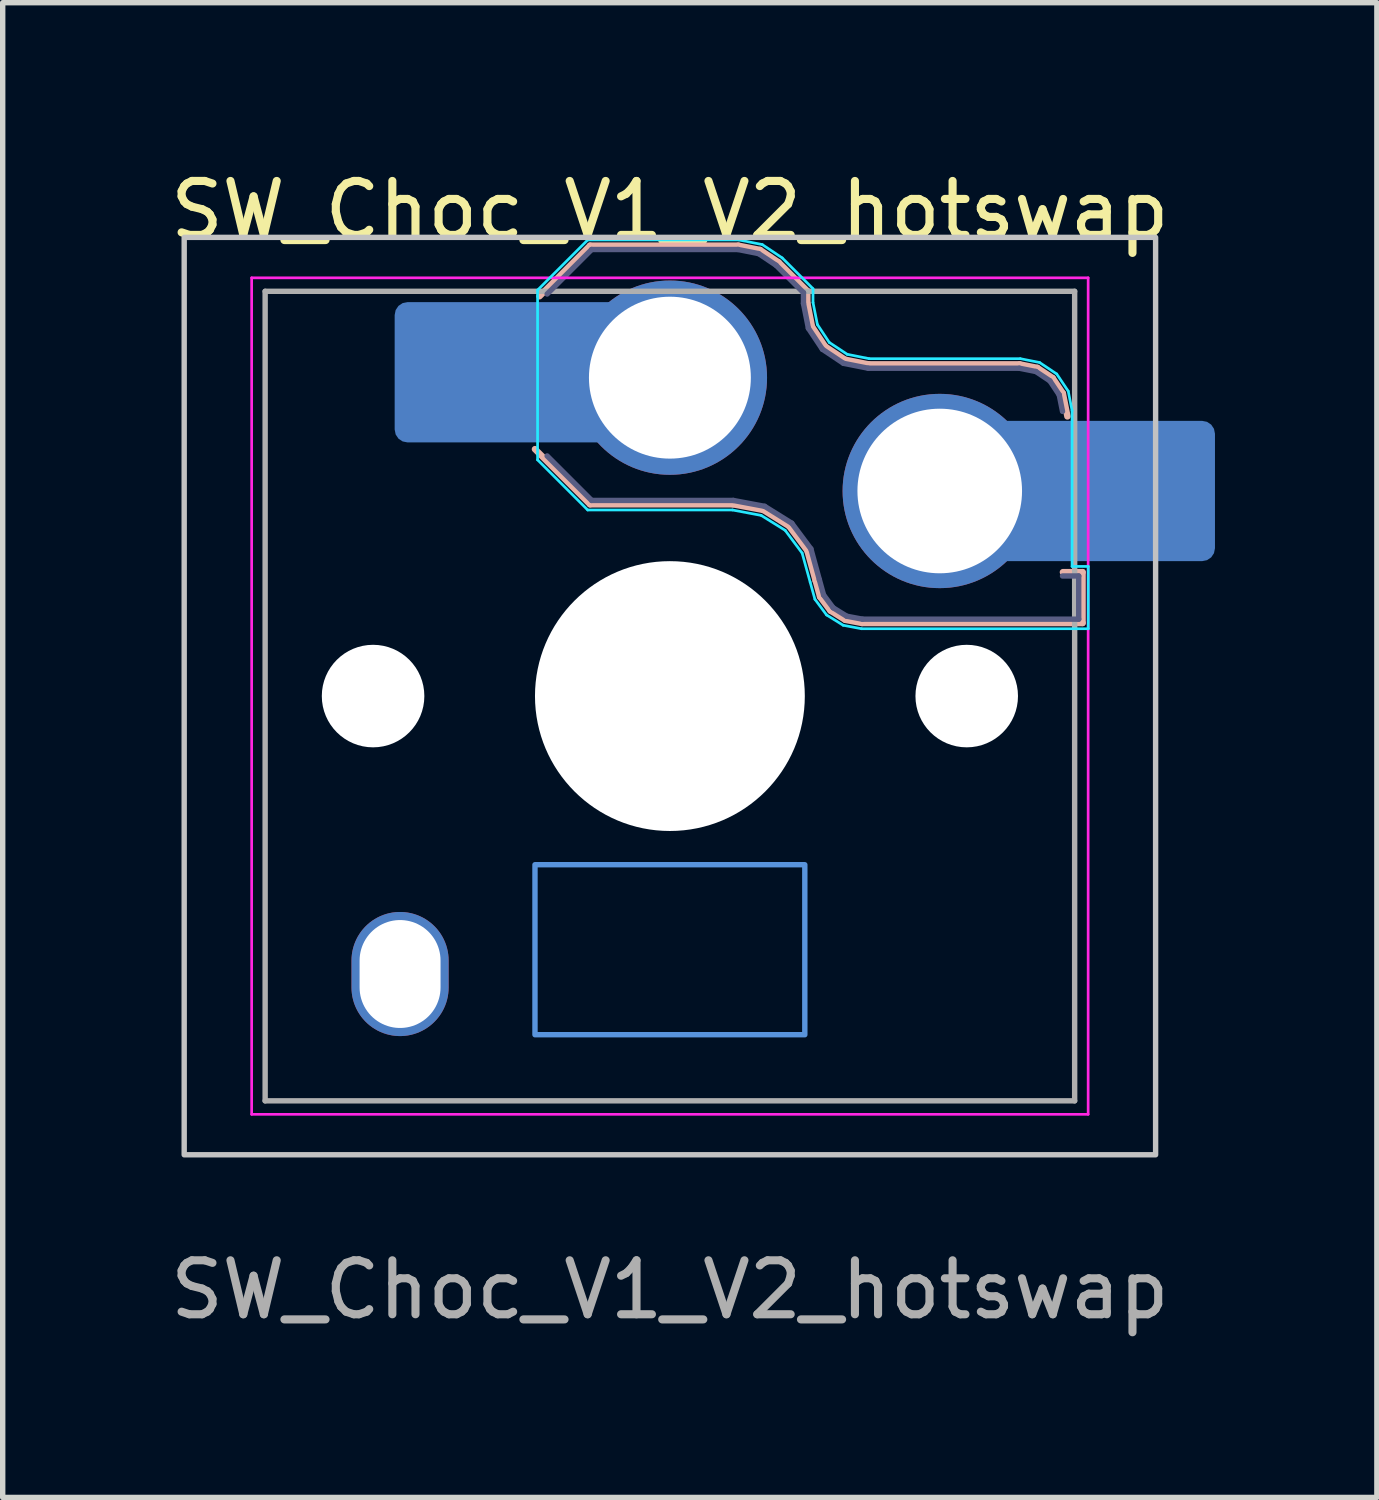
<source format=kicad_pcb>
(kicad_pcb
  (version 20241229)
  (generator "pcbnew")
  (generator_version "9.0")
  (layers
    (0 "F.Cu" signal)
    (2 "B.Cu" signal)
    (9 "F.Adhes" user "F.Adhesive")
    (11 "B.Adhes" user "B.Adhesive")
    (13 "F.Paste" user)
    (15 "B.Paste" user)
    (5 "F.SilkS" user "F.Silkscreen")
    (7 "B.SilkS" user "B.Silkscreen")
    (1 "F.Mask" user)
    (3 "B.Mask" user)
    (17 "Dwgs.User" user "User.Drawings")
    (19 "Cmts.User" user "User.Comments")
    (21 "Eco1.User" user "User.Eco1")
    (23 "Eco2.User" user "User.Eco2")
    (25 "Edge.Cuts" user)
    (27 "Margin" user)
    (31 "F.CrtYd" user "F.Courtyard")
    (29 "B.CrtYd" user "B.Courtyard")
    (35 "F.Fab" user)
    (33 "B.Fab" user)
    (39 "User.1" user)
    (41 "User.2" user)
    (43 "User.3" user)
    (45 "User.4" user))
  (footprint "SW_Choc_V1_V2_hotswap"
    (layer "F.Cu")
    (at 9.363 9.848)
    (property "Reference" "SW_Choc_V1_V2_hotswap" (at 0 -9 0) (layer "F.SilkS") (effects (font (size 1 1) (thickness 0.15))))
    (fp_line (start -2.416 -7.409) (end -1.479 -8.346) (stroke (width 0.12) (type solid)) (layer "B.SilkS"))
    (fp_line (start -1.479 -8.346) (end 1.268 -8.346) (stroke (width 0.12) (type solid)) (layer "B.SilkS"))
    (fp_line (start -1.479 -3.554) (end -2.5 -4.575) (stroke (width 0.12) (type solid)) (layer "B.SilkS"))
    (fp_line (start 1.168 -3.554) (end -1.479 -3.554) (stroke (width 0.12) (type solid)) (layer "B.SilkS"))
    (fp_line (start 1.268 -8.346) (end 1.671 -8.266) (stroke (width 0.12) (type solid)) (layer "B.SilkS"))
    (fp_line (start 1.671 -8.266) (end 2.013 -8.037) (stroke (width 0.12) (type solid)) (layer "B.SilkS"))
    (fp_line (start 1.73 -3.449) (end 1.168 -3.554) (stroke (width 0.12) (type solid)) (layer "B.SilkS"))
    (fp_line (start 2.013 -8.037) (end 2.546 -7.504) (stroke (width 0.12) (type solid)) (layer "B.SilkS"))
    (fp_line (start 2.209 -3.15) (end 1.73 -3.449) (stroke (width 0.12) (type solid)) (layer "B.SilkS"))
    (fp_line (start 2.546 -7.504) (end 2.546 -7.282) (stroke (width 0.12) (type solid)) (layer "B.SilkS"))
    (fp_line (start 2.546 -7.282) (end 2.633 -6.844) (stroke (width 0.12) (type solid)) (layer "B.SilkS"))
    (fp_line (start 2.547 -2.697) (end 2.209 -3.15) (stroke (width 0.12) (type solid)) (layer "B.SilkS"))
    (fp_line (start 2.633 -6.844) (end 2.877 -6.477) (stroke (width 0.12) (type solid)) (layer "B.SilkS"))
    (fp_line (start 2.701 -2.139) (end 2.547 -2.697) (stroke (width 0.12) (type solid)) (layer "B.SilkS"))
    (fp_line (start 2.783 -1.841) (end 2.701 -2.139) (stroke (width 0.12) (type solid)) (layer "B.SilkS"))
    (fp_line (start 2.877 -6.477) (end 3.244 -6.233) (stroke (width 0.12) (type solid)) (layer "B.SilkS"))
    (fp_line (start 2.976 -1.583) (end 2.783 -1.841) (stroke (width 0.12) (type solid)) (layer "B.SilkS"))
    (fp_line (start 3.244 -6.233) (end 3.682 -6.146) (stroke (width 0.12) (type solid)) (layer "B.SilkS"))
    (fp_line (start 3.25 -1.413) (end 2.976 -1.583) (stroke (width 0.12) (type solid)) (layer "B.SilkS"))
    (fp_line (start 3.56 -1.354) (end 3.25 -1.413) (stroke (width 0.12) (type solid)) (layer "B.SilkS"))
    (fp_line (start 3.682 -6.146) (end 6.482 -6.146) (stroke (width 0.12) (type solid)) (layer "B.SilkS"))
    (fp_line (start 6.482 -6.146) (end 6.809 -6.081) (stroke (width 0.12) (type solid)) (layer "B.SilkS"))
    (fp_line (start 6.809 -6.081) (end 7.092 -5.892) (stroke (width 0.12) (type solid)) (layer "B.SilkS"))
    (fp_line (start 7.092 -5.892) (end 7.281 -5.609) (stroke (width 0.12) (type solid)) (layer "B.SilkS"))
    (fp_line (start 7.281 -5.609) (end 7.366 -5.182) (stroke (width 0.12) (type solid)) (layer "B.SilkS"))
    (fp_line (start 7.283 -2.296) (end 7.646 -2.296) (stroke (width 0.12) (type solid)) (layer "B.SilkS"))
    (fp_line (start 7.646 -2.296) (end 7.646 -1.354) (stroke (width 0.12) (type solid)) (layer "B.SilkS"))
    (fp_line (start 7.646 -1.354) (end 3.56 -1.354) (stroke (width 0.12) (type solid)) (layer "B.SilkS"))
    (fp_rect (start -9 -8.5) (end 9 8.5) (stroke (width 0.1) (type default)) (fill no) (layer "Dwgs.User"))
    (fp_rect (start -2.5 3.125) (end 2.5 6.275) (stroke (width 0.1) (type default)) (fill no) (layer "Cmts.User"))
    (fp_line (start -7.25 -7.25) (end -7.25 7.25) (stroke (width 0.1) (type solid)) (layer "Eco1.User"))
    (fp_line (start -7.25 7.25) (end 7.25 7.25) (stroke (width 0.1) (type solid)) (layer "Eco1.User"))
    (fp_line (start 7.25 -7.25) (end -7.25 -7.25) (stroke (width 0.1) (type solid)) (layer "Eco1.User"))
    (fp_line (start 7.25 7.25) (end 7.25 -7.25) (stroke (width 0.1) (type solid)) (layer "Eco1.User"))
    (fp_line (start -2.452 -7.523) (end -1.523 -8.452) (stroke (width 0.05) (type solid)) (layer "B.CrtYd"))
    (fp_line (start -2.452 -4.377) (end -2.452 -7.523) (stroke (width 0.05) (type solid)) (layer "B.CrtYd"))
    (fp_line (start -1.523 -8.452) (end 1.278 -8.452) (stroke (width 0.05) (type solid)) (layer "B.CrtYd"))
    (fp_line (start -1.523 -3.448) (end -2.452 -4.377) (stroke (width 0.05) (type solid)) (layer "B.CrtYd"))
    (fp_line (start 1.159 -3.448) (end -1.523 -3.448) (stroke (width 0.05) (type solid)) (layer "B.CrtYd"))
    (fp_line (start 1.278 -8.452) (end 1.712 -8.366) (stroke (width 0.05) (type solid)) (layer "B.CrtYd"))
    (fp_line (start 1.691 -3.348) (end 1.159 -3.448) (stroke (width 0.05) (type solid)) (layer "B.CrtYd"))
    (fp_line (start 1.712 -8.366) (end 2.081 -8.119) (stroke (width 0.05) (type solid)) (layer "B.CrtYd"))
    (fp_line (start 2.081 -8.119) (end 2.652 -7.548) (stroke (width 0.05) (type solid)) (layer "B.CrtYd"))
    (fp_line (start 2.136 -3.071) (end 1.691 -3.348) (stroke (width 0.05) (type solid)) (layer "B.CrtYd"))
    (fp_line (start 2.45 -2.65) (end 2.136 -3.071) (stroke (width 0.05) (type solid)) (layer "B.CrtYd"))
    (fp_line (start 2.599 -2.111) (end 2.45 -2.65) (stroke (width 0.05) (type solid)) (layer "B.CrtYd"))
    (fp_line (start 2.652 -7.548) (end 2.652 -7.292) (stroke (width 0.05) (type solid)) (layer "B.CrtYd"))
    (fp_line (start 2.652 -7.292) (end 2.733 -6.885) (stroke (width 0.05) (type solid)) (layer "B.CrtYd"))
    (fp_line (start 2.687 -1.794) (end 2.599 -2.111) (stroke (width 0.05) (type solid)) (layer "B.CrtYd"))
    (fp_line (start 2.733 -6.885) (end 2.953 -6.553) (stroke (width 0.05) (type solid)) (layer "B.CrtYd"))
    (fp_line (start 2.903 -1.503) (end 2.687 -1.794) (stroke (width 0.05) (type solid)) (layer "B.CrtYd"))
    (fp_line (start 2.953 -6.553) (end 3.285 -6.333) (stroke (width 0.05) (type solid)) (layer "B.CrtYd"))
    (fp_line (start 3.211 -1.312) (end 2.903 -1.503) (stroke (width 0.05) (type solid)) (layer "B.CrtYd"))
    (fp_line (start 3.285 -6.333) (end 3.692 -6.252) (stroke (width 0.05) (type solid)) (layer "B.CrtYd"))
    (fp_line (start 3.55 -1.248) (end 3.211 -1.312) (stroke (width 0.05) (type solid)) (layer "B.CrtYd"))
    (fp_line (start 3.692 -6.252) (end 6.492 -6.252) (stroke (width 0.05) (type solid)) (layer "B.CrtYd"))
    (fp_line (start 6.492 -6.252) (end 6.85 -6.181) (stroke (width 0.05) (type solid)) (layer "B.CrtYd"))
    (fp_line (start 6.85 -6.181) (end 7.168 -5.968) (stroke (width 0.05) (type solid)) (layer "B.CrtYd"))
    (fp_line (start 7.168 -5.968) (end 7.381 -5.65) (stroke (width 0.05) (type solid)) (layer "B.CrtYd"))
    (fp_line (start 7.381 -5.65) (end 7.452 -5.292) (stroke (width 0.05) (type solid)) (layer "B.CrtYd"))
    (fp_line (start 7.452 -5.292) (end 7.452 -2.402) (stroke (width 0.05) (type solid)) (layer "B.CrtYd"))
    (fp_line (start 7.452 -2.402) (end 7.752 -2.402) (stroke (width 0.05) (type solid)) (layer "B.CrtYd"))
    (fp_line (start 7.752 -2.402) (end 7.752 -1.248) (stroke (width 0.05) (type solid)) (layer "B.CrtYd"))
    (fp_line (start 7.752 -1.248) (end 3.55 -1.248) (stroke (width 0.05) (type solid)) (layer "B.CrtYd"))
    (fp_line (start -7.75 -7.75) (end -7.75 7.75) (stroke (width 0.05) (type solid)) (layer "F.CrtYd"))
    (fp_line (start -7.75 7.75) (end 7.75 7.75) (stroke (width 0.05) (type solid)) (layer "F.CrtYd"))
    (fp_line (start 7.75 -7.75) (end -7.75 -7.75) (stroke (width 0.05) (type solid)) (layer "F.CrtYd"))
    (fp_line (start 7.75 7.75) (end 7.75 -7.75) (stroke (width 0.05) (type solid)) (layer "F.CrtYd"))
    (fp_line (start -2.275 -7.45) (end -1.45 -8.275) (stroke (width 0.1) (type solid)) (layer "B.Fab"))
    (fp_line (start -1.45 -8.275) (end 1.261 -8.275) (stroke (width 0.1) (type solid)) (layer "B.Fab"))
    (fp_line (start -1.45 -3.625) (end -2.275 -4.45) (stroke (width 0.1) (type solid)) (layer "B.Fab"))
    (fp_line (start 1.175 -3.625) (end -1.45 -3.625) (stroke (width 0.1) (type solid)) (layer "B.Fab"))
    (fp_line (start 1.261 -8.275) (end 1.643 -8.199) (stroke (width 0.1) (type solid)) (layer "B.Fab"))
    (fp_line (start 1.643 -8.199) (end 1.968 -7.982) (stroke (width 0.1) (type solid)) (layer "B.Fab"))
    (fp_line (start 1.756 -3.516) (end 1.175 -3.625) (stroke (width 0.1) (type solid)) (layer "B.Fab"))
    (fp_line (start 1.968 -7.982) (end 2.475 -7.475) (stroke (width 0.1) (type solid)) (layer "B.Fab"))
    (fp_line (start 2.258 -3.203) (end 1.756 -3.516) (stroke (width 0.1) (type solid)) (layer "B.Fab"))
    (fp_line (start 2.475 -7.475) (end 2.475 -7.275) (stroke (width 0.1) (type solid)) (layer "B.Fab"))
    (fp_line (start 2.475 -7.275) (end 2.566 -6.816) (stroke (width 0.1) (type solid)) (layer "B.Fab"))
    (fp_line (start 2.566 -6.816) (end 2.826 -6.426) (stroke (width 0.1) (type solid)) (layer "B.Fab"))
    (fp_line (start 2.612 -2.729) (end 2.258 -3.203) (stroke (width 0.1) (type solid)) (layer "B.Fab"))
    (fp_line (start 2.769 -2.158) (end 2.612 -2.729) (stroke (width 0.1) (type solid)) (layer "B.Fab"))
    (fp_line (start 2.826 -6.426) (end 3.216 -6.166) (stroke (width 0.1) (type solid)) (layer "B.Fab"))
    (fp_line (start 2.848 -1.873) (end 2.769 -2.158) (stroke (width 0.1) (type solid)) (layer "B.Fab"))
    (fp_line (start 3.025 -1.636) (end 2.848 -1.873) (stroke (width 0.1) (type solid)) (layer "B.Fab"))
    (fp_line (start 3.216 -6.166) (end 3.675 -6.075) (stroke (width 0.1) (type solid)) (layer "B.Fab"))
    (fp_line (start 3.276 -1.48) (end 3.025 -1.636) (stroke (width 0.1) (type solid)) (layer "B.Fab"))
    (fp_line (start 3.567 -1.425) (end 3.276 -1.48) (stroke (width 0.1) (type solid)) (layer "B.Fab"))
    (fp_line (start 3.675 -6.075) (end 6.475 -6.075) (stroke (width 0.1) (type solid)) (layer "B.Fab"))
    (fp_line (start 6.475 -6.075) (end 6.781 -6.014) (stroke (width 0.1) (type solid)) (layer "B.Fab"))
    (fp_line (start 6.781 -6.014) (end 7.041 -5.841) (stroke (width 0.1) (type solid)) (layer "B.Fab"))
    (fp_line (start 7.041 -5.841) (end 7.214 -5.581) (stroke (width 0.1) (type solid)) (layer "B.Fab"))
    (fp_line (start 7.214 -5.581) (end 7.275 -5.275) (stroke (width 0.1) (type solid)) (layer "B.Fab"))
    (fp_line (start 7.275 -2.225) (end 7.575 -2.225) (stroke (width 0.1) (type solid)) (layer "B.Fab"))
    (fp_line (start 7.575 -2.225) (end 7.575 -1.425) (stroke (width 0.1) (type solid)) (layer "B.Fab"))
    (fp_line (start 7.575 -1.425) (end 3.567 -1.425) (stroke (width 0.1) (type solid)) (layer "B.Fab"))
    (fp_line (start -7.5 -7.5) (end -7.5 7.5) (stroke (width 0.1) (type solid)) (layer "F.Fab"))
    (fp_line (start -7.5 7.5) (end 7.5 7.5) (stroke (width 0.1) (type solid)) (layer "F.Fab"))
    (fp_line (start 7.5 -7.5) (end -7.5 -7.5) (stroke (width 0.1) (type solid)) (layer "F.Fab"))
    (fp_line (start 7.5 7.5) (end 7.5 -7.5) (stroke (width 0.1) (type solid)) (layer "F.Fab"))
    (fp_text user "${REFERENCE}" (at 0 11 0) (layer "F.Fab") (effects (font (size 1 1) (thickness 0.15))))
    (pad "" np_thru_hole circle (at -5.5 0) (size 1.9 1.9) (drill 1.9) (layers "*.Cu" "*.Mask"))
    (pad "" smd roundrect (at -3.8 -6) (size 2.6 2.6) (layers "B.Mask" "B.Paste") (roundrect_rratio 0.092))
    (pad "" np_thru_hole circle (at 0 0) (size 5 5) (drill 5) (layers "*.Cu" "*.Mask"))
    (pad "" np_thru_hole circle (at 5.5 0) (size 1.9 1.9) (drill 1.9) (layers "*.Cu" "*.Mask"))
    (pad "" smd roundrect (at 8.8 -3.8) (size 2.6 2.6) (layers "B.Mask" "B.Paste") (roundrect_rratio 0.1))
    (pad "1" smd roundrect (at -2.55 -6) (size 5.1 2.6) (layers "B.Cu") (roundrect_rratio 0.092))
    (pad "1" thru_hole circle (at 0 -5.9) (size 3.6 3.6) (drill 3) (layers "*.Cu" "*.Mask"))
    (pad "2" thru_hole circle (at 5 -3.8) (size 3.6 3.6) (drill 3.05) (layers "*.Cu" "*.Mask"))
    (pad "2" smd roundrect (at 7.55 -3.8) (size 5.1 2.6) (layers "B.Cu") (roundrect_rratio 0.092))
    (pad "SH" thru_hole oval (at -5 5.15) (size 1.8 2.3) (drill oval 1.5 2) (layers "*.Cu" "*.Mask")))
  (gr_rect
    (start -3 -3)
    (end 22.463 24.697)
    (stroke (width 0.1) (type default))
    (fill no)
    (layer "Edge.Cuts")))
</source>
